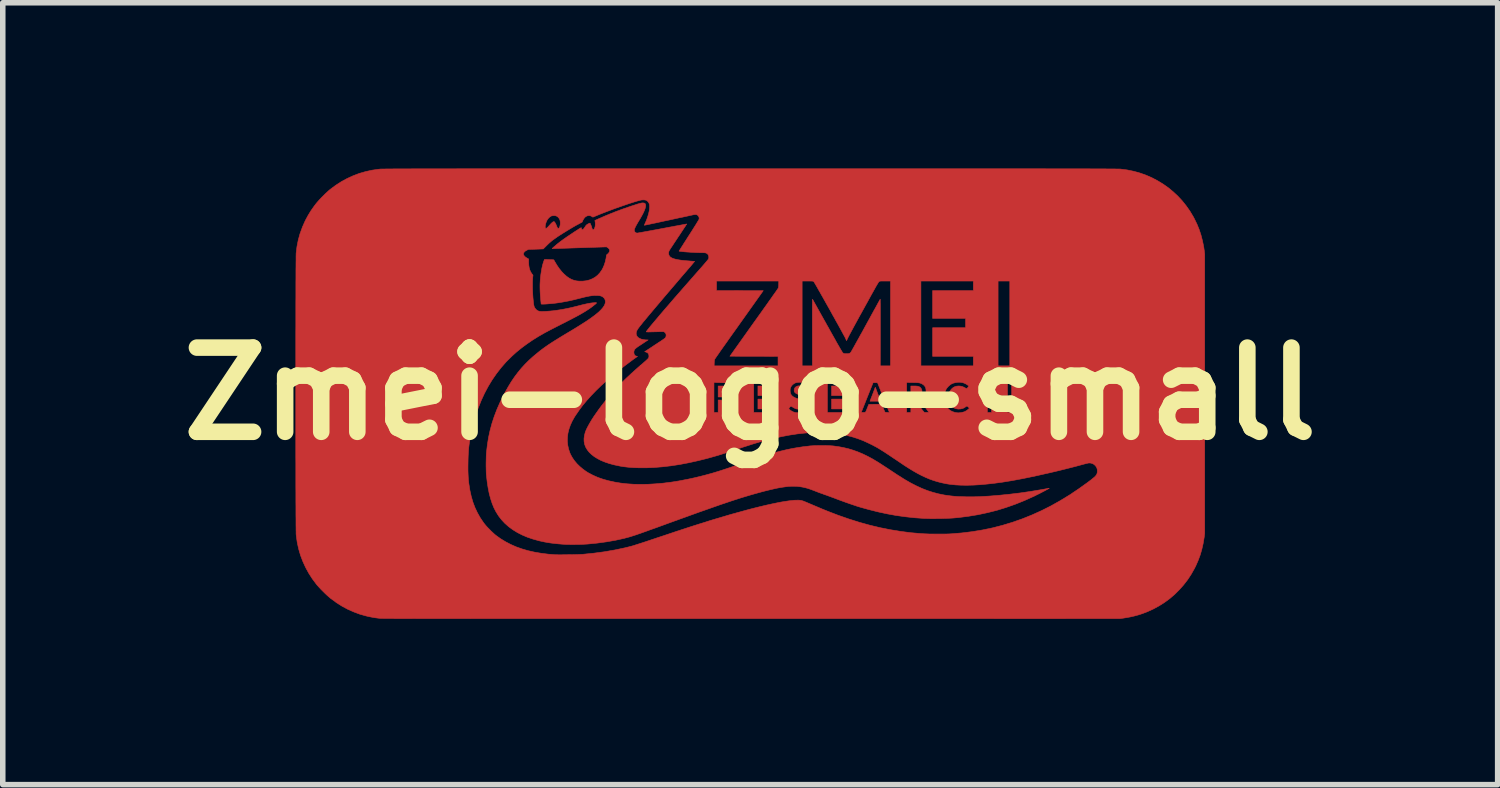
<source format=kicad_pcb>
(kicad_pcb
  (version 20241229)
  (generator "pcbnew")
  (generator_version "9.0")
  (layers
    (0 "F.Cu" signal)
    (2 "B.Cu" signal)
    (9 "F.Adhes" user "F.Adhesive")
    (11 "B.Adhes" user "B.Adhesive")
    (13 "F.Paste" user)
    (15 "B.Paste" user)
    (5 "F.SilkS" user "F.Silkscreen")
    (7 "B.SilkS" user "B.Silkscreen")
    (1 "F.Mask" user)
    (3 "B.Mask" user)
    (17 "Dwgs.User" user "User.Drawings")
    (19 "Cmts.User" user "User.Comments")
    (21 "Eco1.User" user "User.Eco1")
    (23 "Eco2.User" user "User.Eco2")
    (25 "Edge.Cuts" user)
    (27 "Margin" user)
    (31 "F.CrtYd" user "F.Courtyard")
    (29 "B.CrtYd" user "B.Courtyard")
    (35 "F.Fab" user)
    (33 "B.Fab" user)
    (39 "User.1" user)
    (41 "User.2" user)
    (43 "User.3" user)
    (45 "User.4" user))
  (footprint "Zmei-logo-small"
    (layer "F.Cu")
    (at 10.53 4.077)
    (property "Reference" "Zmei-logo-small" (at 0 0 0) (layer "F.SilkS") (effects (font (size 1.524 1.524) (thickness 0.3))))
    (attr through_hole)
    (fp_poly (pts (xy -0.485 -0.139) (xy -0.455 -0.135) (xy -0.43 -0.128) (xy -0.411 -0.118) (xy -0.397 -0.105) (xy -0.388 -0.091) (xy -0.382 -0.074) (xy -0.379 -0.053) (xy -0.379 -0.032) (xy -0.382 -0.012) (xy -0.386 -0.002) (xy -0.4 0.019) (xy -0.419 0.035) (xy -0.443 0.047) (xy -0.473 0.054) (xy -0.51 0.059) (xy -0.538 0.059) (xy -0.58 0.059) (xy -0.58 -0.14) (xy -0.524 -0.14) (xy -0.485 -0.139)) (stroke (width 0.01) (type solid)) (fill yes) (layer "F.Cu"))
    (fp_poly (pts (xy 2.998 -0.139) (xy 3.024 -0.137) (xy 3.044 -0.133) (xy 3.061 -0.126) (xy 3.075 -0.117) (xy 3.084 -0.109) (xy 3.099 -0.088) (xy 3.108 -0.064) (xy 3.109 -0.039) (xy 3.104 -0.014) (xy 3.093 0.009) (xy 3.075 0.029) (xy 3.072 0.031) (xy 3.058 0.041) (xy 3.042 0.048) (xy 3.023 0.053) (xy 2.999 0.056) (xy 2.969 0.058) (xy 2.964 0.058) (xy 2.908 0.06) (xy 2.908 -0.14) (xy 2.965 -0.14) (xy 2.998 -0.139)) (stroke (width 0.01) (type solid)) (fill yes) (layer "F.Cu"))
    (fp_poly (pts (xy 2.269 -0.111) (xy 2.269 -0.108) (xy 2.271 -0.103) (xy 2.275 -0.091) (xy 2.281 -0.073) (xy 2.29 -0.05) (xy 2.3 -0.023) (xy 2.311 0.006) (xy 2.314 0.013) (xy 2.325 0.042) (xy 2.335 0.069) (xy 2.344 0.093) (xy 2.351 0.111) (xy 2.356 0.125) (xy 2.358 0.131) (xy 2.358 0.132) (xy 2.354 0.133) (xy 2.342 0.134) (xy 2.325 0.135) (xy 2.302 0.135) (xy 2.275 0.135) (xy 2.263 0.135) (xy 2.168 0.135) (xy 2.176 0.113) (xy 2.186 0.088) (xy 2.197 0.06) (xy 2.208 0.032) (xy 2.219 0.003) (xy 2.23 -0.025) (xy 2.239 -0.051) (xy 2.248 -0.073) (xy 2.254 -0.091) (xy 2.259 -0.104) (xy 2.261 -0.11) (xy 2.261 -0.11) (xy 2.264 -0.114) (xy 2.265 -0.114) (xy 2.269 -0.111)) (stroke (width 0.01) (type solid)) (fill yes) (layer "F.Cu"))
    (fp_poly (pts (xy -1.938 -3.454) (xy -1.932 -3.453) (xy -1.913 -3.449) (xy -1.901 -3.44) (xy -1.894 -3.425) (xy -1.892 -3.407) (xy -1.894 -3.385) (xy -1.9 -3.359) (xy -1.911 -3.328) (xy -1.926 -3.293) (xy -1.945 -3.254) (xy -1.97 -3.208) (xy -1.999 -3.157) (xy -2.012 -3.136) (xy -2.039 -3.091) (xy -2.061 -3.052) (xy -2.078 -3.02) (xy -2.089 -2.995) (xy -2.095 -2.979) (xy -2.098 -2.959) (xy -2.094 -2.94) (xy -2.083 -2.924) (xy -2.068 -2.913) (xy -2.049 -2.908) (xy -2.046 -2.908) (xy -2.039 -2.909) (xy -2.025 -2.911) (xy -2.003 -2.915) (xy -1.975 -2.92) (xy -1.941 -2.926) (xy -1.901 -2.933) (xy -1.857 -2.941) (xy -1.808 -2.95) (xy -1.755 -2.96) (xy -1.699 -2.97) (xy -1.641 -2.981) (xy -1.589 -2.991) (xy -1.529 -3.002) (xy -1.472 -3.013) (xy -1.417 -3.023) (xy -1.366 -3.033) (xy -1.319 -3.041) (xy -1.277 -3.049) (xy -1.24 -3.056) (xy -1.208 -3.062) (xy -1.183 -3.066) (xy -1.164 -3.07) (xy -1.153 -3.072) (xy -1.149 -3.072) (xy -1.151 -3.069) (xy -1.158 -3.059) (xy -1.168 -3.043) (xy -1.182 -3.021) (xy -1.199 -2.996) (xy -1.219 -2.965) (xy -1.241 -2.932) (xy -1.265 -2.895) (xy -1.291 -2.856) (xy -1.305 -2.836) (xy -1.331 -2.796) (xy -1.357 -2.757) (xy -1.381 -2.721) (xy -1.403 -2.687) (xy -1.423 -2.657) (xy -1.44 -2.632) (xy -1.453 -2.611) (xy -1.463 -2.595) (xy -1.468 -2.586) (xy -1.469 -2.584) (xy -1.476 -2.561) (xy -1.477 -2.536) (xy -1.472 -2.511) (xy -1.468 -2.503) (xy -1.457 -2.486) (xy -1.441 -2.471) (xy -1.419 -2.458) (xy -1.391 -2.446) (xy -1.356 -2.436) (xy -1.315 -2.427) (xy -1.266 -2.419) (xy -1.209 -2.412) (xy -1.196 -2.411) (xy -1.176 -2.409) (xy -1.152 -2.407) (xy -1.126 -2.405) (xy -1.098 -2.403) (xy -1.072 -2.4) (xy -1.047 -2.399) (xy -1.027 -2.397) (xy -1.013 -2.396) (xy -1.007 -2.396) (xy -1.009 -2.393) (xy -1.016 -2.384) (xy -1.027 -2.37) (xy -1.043 -2.351) (xy -1.062 -2.328) (xy -1.084 -2.302) (xy -1.109 -2.273) (xy -1.136 -2.242) (xy -1.144 -2.232) (xy -1.24 -2.121) (xy -1.33 -2.015) (xy -1.415 -1.916) (xy -1.495 -1.822) (xy -1.569 -1.735) (xy -1.638 -1.653) (xy -1.702 -1.578) (xy -1.76 -1.509) (xy -1.813 -1.446) (xy -1.86 -1.39) (xy -1.902 -1.339) (xy -1.939 -1.295) (xy -1.969 -1.257) (xy -1.995 -1.225) (xy -2.015 -1.199) (xy -2.029 -1.18) (xy -2.029 -1.18) (xy -2.049 -1.148) (xy -2.061 -1.119) (xy -2.064 -1.091) (xy -2.061 -1.065) (xy -2.049 -1.04) (xy -2.046 -1.037) (xy -2.029 -1.018) (xy -2.004 -1.002) (xy -1.974 -0.989) (xy -1.939 -0.98) (xy -1.9 -0.975) (xy -1.873 -0.974) (xy -1.848 -0.974) (xy -1.962 -0.898) (xy -1.997 -0.875) (xy -2.025 -0.857) (xy -2.047 -0.841) (xy -2.064 -0.828) (xy -2.077 -0.816) (xy -2.087 -0.807) (xy -2.094 -0.797) (xy -2.098 -0.788) (xy -2.102 -0.778) (xy -2.104 -0.77) (xy -2.106 -0.748) (xy -2.103 -0.726) (xy -2.096 -0.706) (xy -2.09 -0.696) (xy -2.079 -0.687) (xy -2.064 -0.681) (xy -2.06 -0.68) (xy -2.04 -0.675) (xy -2.079 -0.648) (xy -2.097 -0.635) (xy -2.121 -0.618) (xy -2.148 -0.598) (xy -2.179 -0.575) (xy -2.211 -0.551) (xy -2.244 -0.526) (xy -2.277 -0.501) (xy -2.308 -0.477) (xy -2.336 -0.456) (xy -2.358 -0.438) (xy -2.477 -0.341) (xy -2.588 -0.246) (xy -2.692 -0.153) (xy -2.788 -0.06) (xy -2.876 0.031) (xy -2.957 0.121) (xy -3.032 0.211) (xy -3.099 0.301) (xy -3.16 0.39) (xy -3.179 0.419) (xy -3.221 0.493) (xy -3.255 0.567) (xy -3.281 0.641) (xy -3.299 0.714) (xy -3.308 0.787) (xy -3.31 0.859) (xy -3.303 0.93) (xy -3.288 1) (xy -3.265 1.069) (xy -3.251 1.101) (xy -3.22 1.157) (xy -3.182 1.212) (xy -3.137 1.266) (xy -3.085 1.317) (xy -3.028 1.365) (xy -2.967 1.409) (xy -2.928 1.433) (xy -2.846 1.476) (xy -2.758 1.515) (xy -2.663 1.548) (xy -2.562 1.576) (xy -2.456 1.599) (xy -2.344 1.618) (xy -2.227 1.631) (xy -2.105 1.639) (xy -1.978 1.641) (xy -1.848 1.639) (xy -1.713 1.631) (xy -1.574 1.619) (xy -1.431 1.601) (xy -1.286 1.578) (xy -1.138 1.549) (xy -1.13 1.548) (xy -1.019 1.524) (xy -0.909 1.498) (xy -0.801 1.47) (xy -0.692 1.44) (xy -0.582 1.407) (xy -0.47 1.371) (xy -0.353 1.332) (xy -0.231 1.289) (xy -0.161 1.264) (xy -0.027 1.215) (xy 0.101 1.171) (xy 0.222 1.132) (xy 0.339 1.096) (xy 0.45 1.064) (xy 0.558 1.037) (xy 0.662 1.012) (xy 0.764 0.991) (xy 0.864 0.974) (xy 0.962 0.959) (xy 1.059 0.948) (xy 1.079 0.945) (xy 1.115 0.943) (xy 1.156 0.94) (xy 1.201 0.939) (xy 1.25 0.938) (xy 1.299 0.938) (xy 1.348 0.938) (xy 1.394 0.939) (xy 1.437 0.941) (xy 1.475 0.943) (xy 1.502 0.945) (xy 1.597 0.958) (xy 1.688 0.975) (xy 1.777 0.996) (xy 1.863 1.022) (xy 1.949 1.053) (xy 2.035 1.089) (xy 2.122 1.131) (xy 2.212 1.179) (xy 2.304 1.234) (xy 2.344 1.259) (xy 2.361 1.27) (xy 2.384 1.285) (xy 2.412 1.303) (xy 2.444 1.324) (xy 2.478 1.346) (xy 2.514 1.37) (xy 2.549 1.393) (xy 2.565 1.404) (xy 2.602 1.428) (xy 2.639 1.453) (xy 2.676 1.477) (xy 2.712 1.499) (xy 2.745 1.52) (xy 2.773 1.538) (xy 2.797 1.553) (xy 2.804 1.557) (xy 2.908 1.617) (xy 3.01 1.669) (xy 3.11 1.715) (xy 3.21 1.754) (xy 3.31 1.786) (xy 3.412 1.813) (xy 3.516 1.834) (xy 3.624 1.849) (xy 3.691 1.856) (xy 3.728 1.859) (xy 3.772 1.862) (xy 3.821 1.863) (xy 3.874 1.865) (xy 3.928 1.866) (xy 3.984 1.866) (xy 4.038 1.866) (xy 4.089 1.865) (xy 4.136 1.864) (xy 4.153 1.863) (xy 4.329 1.853) (xy 4.511 1.838) (xy 4.698 1.819) (xy 4.888 1.796) (xy 5.08 1.768) (xy 5.272 1.736) (xy 5.368 1.719) (xy 5.386 1.716) (xy 5.401 1.713) (xy 5.41 1.712) (xy 5.413 1.712) (xy 5.41 1.714) (xy 5.401 1.72) (xy 5.385 1.728) (xy 5.365 1.739) (xy 5.341 1.752) (xy 5.315 1.766) (xy 5.286 1.781) (xy 5.257 1.796) (xy 5.228 1.811) (xy 5.199 1.825) (xy 5.173 1.838) (xy 5.15 1.85) (xy 5.135 1.857) (xy 4.969 1.932) (xy 4.802 1.999) (xy 4.635 2.058) (xy 4.467 2.11) (xy 4.296 2.153) (xy 4.123 2.19) (xy 3.947 2.219) (xy 3.767 2.242) (xy 3.677 2.25) (xy 3.645 2.252) (xy 3.607 2.254) (xy 3.563 2.256) (xy 3.515 2.257) (xy 3.463 2.259) (xy 3.41 2.259) (xy 3.357 2.26) (xy 3.306 2.26) (xy 3.256 2.26) (xy 3.211 2.259) (xy 3.171 2.258) (xy 3.141 2.257) (xy 2.973 2.245) (xy 2.807 2.227) (xy 2.642 2.204) (xy 2.477 2.174) (xy 2.31 2.138) (xy 2.14 2.095) (xy 2.032 2.065) (xy 1.979 2.05) (xy 1.921 2.032) (xy 1.859 2.011) (xy 1.792 1.988) (xy 1.718 1.962) (xy 1.638 1.933) (xy 1.576 1.91) (xy 1.535 1.894) (xy 1.494 1.879) (xy 1.453 1.864) (xy 1.415 1.85) (xy 1.38 1.837) (xy 1.35 1.827) (xy 1.325 1.818) (xy 1.316 1.814) (xy 1.284 1.803) (xy 1.248 1.79) (xy 1.212 1.776) (xy 1.178 1.763) (xy 1.163 1.757) (xy 1.118 1.74) (xy 1.079 1.726) (xy 1.044 1.714) (xy 1.011 1.705) (xy 0.978 1.697) (xy 0.945 1.69) (xy 0.908 1.684) (xy 0.895 1.682) (xy 0.848 1.677) (xy 0.8 1.675) (xy 0.748 1.675) (xy 0.694 1.678) (xy 0.636 1.685) (xy 0.573 1.694) (xy 0.504 1.706) (xy 0.43 1.722) (xy 0.348 1.741) (xy 0.32 1.748) (xy 0.263 1.762) (xy 0.206 1.777) (xy 0.148 1.793) (xy 0.09 1.809) (xy 0.03 1.826) (xy -0.031 1.844) (xy -0.095 1.863) (xy -0.161 1.883) (xy -0.229 1.905) (xy -0.301 1.928) (xy -0.377 1.953) (xy -0.456 1.98) (xy -0.54 2.008) (xy -0.628 2.039) (xy -0.722 2.072) (xy -0.821 2.107) (xy -0.927 2.144) (xy -1.038 2.184) (xy -1.156 2.227) (xy -1.282 2.272) (xy -1.414 2.32) (xy -1.431 2.326) (xy -1.52 2.358) (xy -1.601 2.388) (xy -1.675 2.415) (xy -1.742 2.439) (xy -1.804 2.461) (xy -1.859 2.481) (xy -1.909 2.499) (xy -1.954 2.515) (xy -1.995 2.53) (xy -2.031 2.542) (xy -2.064 2.554) (xy -2.094 2.563) (xy -2.121 2.572) (xy -2.146 2.58) (xy -2.168 2.587) (xy -2.189 2.593) (xy -2.21 2.599) (xy -2.229 2.604) (xy -2.248 2.609) (xy -2.268 2.614) (xy -2.273 2.616) (xy -2.435 2.652) (xy -2.601 2.681) (xy -2.77 2.704) (xy -2.94 2.721) (xy -3.029 2.726) (xy -3.055 2.727) (xy -3.087 2.728) (xy -3.123 2.729) (xy -3.161 2.729) (xy -3.2 2.73) (xy -3.237 2.73) (xy -3.272 2.729) (xy -3.302 2.729) (xy -3.326 2.728) (xy -3.334 2.728) (xy -3.411 2.723) (xy -3.482 2.717) (xy -3.546 2.71) (xy -3.607 2.703) (xy -3.665 2.694) (xy -3.721 2.684) (xy -3.778 2.672) (xy -3.826 2.661) (xy -3.933 2.631) (xy -4.034 2.597) (xy -4.128 2.557) (xy -4.216 2.512) (xy -4.297 2.462) (xy -4.372 2.407) (xy -4.44 2.347) (xy -4.501 2.282) (xy -4.555 2.212) (xy -4.602 2.137) (xy -4.603 2.135) (xy -4.639 2.065) (xy -4.671 1.987) (xy -4.699 1.901) (xy -4.724 1.808) (xy -4.744 1.707) (xy -4.761 1.598) (xy -4.774 1.482) (xy -4.776 1.467) (xy -4.778 1.436) (xy -4.779 1.399) (xy -4.78 1.357) (xy -4.781 1.311) (xy -4.781 1.263) (xy -4.78 1.215) (xy -4.779 1.169) (xy -4.778 1.126) (xy -4.776 1.088) (xy -4.774 1.063) (xy -4.758 0.926) (xy -4.737 0.794) (xy -4.709 0.665) (xy -4.675 0.538) (xy -4.634 0.413) (xy -4.586 0.287) (xy -4.531 0.161) (xy -4.491 0.079) (xy -4.436 -0.027) (xy -4.381 -0.125) (xy -4.325 -0.217) (xy -4.267 -0.303) (xy -4.207 -0.383) (xy -4.144 -0.46) (xy -4.077 -0.533) (xy -4.006 -0.604) (xy -3.93 -0.673) (xy -3.848 -0.741) (xy -3.806 -0.775) (xy -3.776 -0.798) (xy -3.746 -0.82) (xy -3.717 -0.841) (xy -3.686 -0.863) (xy -3.654 -0.885) (xy -3.619 -0.908) (xy -3.581 -0.933) (xy -3.54 -0.959) (xy -3.494 -0.987) (xy -3.443 -1.019) (xy -3.387 -1.053) (xy -3.324 -1.091) (xy -3.292 -1.11) (xy -3.215 -1.156) (xy -3.145 -1.199) (xy -3.082 -1.238) (xy -3.024 -1.275) (xy -2.972 -1.308) (xy -2.925 -1.34) (xy -2.883 -1.369) (xy -2.845 -1.397) (xy -2.81 -1.423) (xy -2.778 -1.449) (xy -2.749 -1.473) (xy -2.743 -1.478) (xy -2.703 -1.517) (xy -2.671 -1.553) (xy -2.646 -1.588) (xy -2.63 -1.621) (xy -2.622 -1.652) (xy -2.622 -1.681) (xy -2.63 -1.708) (xy -2.646 -1.733) (xy -2.649 -1.735) (xy -2.669 -1.753) (xy -2.695 -1.767) (xy -2.727 -1.775) (xy -2.765 -1.779) (xy -2.809 -1.779) (xy -2.828 -1.778) (xy -2.849 -1.776) (xy -2.869 -1.774) (xy -2.889 -1.771) (xy -2.91 -1.768) (xy -2.933 -1.763) (xy -2.959 -1.758) (xy -2.987 -1.752) (xy -3.02 -1.744) (xy -3.059 -1.734) (xy -3.103 -1.723) (xy -3.155 -1.71) (xy -3.177 -1.704) (xy -3.225 -1.693) (xy -3.278 -1.681) (xy -3.336 -1.67) (xy -3.396 -1.659) (xy -3.455 -1.649) (xy -3.512 -1.641) (xy -3.564 -1.635) (xy -3.569 -1.634) (xy -3.606 -1.631) (xy -3.642 -1.628) (xy -3.676 -1.625) (xy -3.707 -1.623) (xy -3.734 -1.622) (xy -3.756 -1.622) (xy -3.773 -1.622) (xy -3.782 -1.623) (xy -3.785 -1.625) (xy -3.785 -1.63) (xy -3.786 -1.642) (xy -3.788 -1.659) (xy -3.79 -1.68) (xy -3.791 -1.687) (xy -3.795 -1.734) (xy -3.799 -1.783) (xy -3.802 -1.833) (xy -3.804 -1.882) (xy -3.805 -1.927) (xy -3.805 -1.968) (xy -3.804 -1.992) (xy -3.801 -2.048) (xy -3.796 -2.106) (xy -3.789 -2.164) (xy -3.78 -2.22) (xy -3.771 -2.273) (xy -3.76 -2.322) (xy -3.748 -2.365) (xy -3.736 -2.402) (xy -3.735 -2.403) (xy -3.724 -2.43) (xy -3.701 -2.43) (xy -3.687 -2.43) (xy -3.668 -2.429) (xy -3.645 -2.428) (xy -3.621 -2.427) (xy -3.616 -2.427) (xy -3.556 -2.424) (xy -3.534 -2.386) (xy -3.495 -2.321) (xy -3.454 -2.262) (xy -3.411 -2.209) (xy -3.367 -2.163) (xy -3.365 -2.162) (xy -3.321 -2.123) (xy -3.278 -2.093) (xy -3.234 -2.069) (xy -3.189 -2.053) (xy -3.142 -2.042) (xy -3.097 -2.038) (xy -3.03 -2.038) (xy -2.967 -2.045) (xy -2.909 -2.06) (xy -2.855 -2.082) (xy -2.806 -2.11) (xy -2.761 -2.146) (xy -2.722 -2.188) (xy -2.687 -2.237) (xy -2.669 -2.269) (xy -2.644 -2.326) (xy -2.624 -2.387) (xy -2.61 -2.449) (xy -2.605 -2.485) (xy -2.603 -2.5) (xy -2.601 -2.51) (xy -2.596 -2.517) (xy -2.587 -2.524) (xy -2.586 -2.525) (xy -2.569 -2.54) (xy -2.556 -2.557) (xy -2.547 -2.576) (xy -2.544 -2.591) (xy -2.548 -2.61) (xy -2.56 -2.628) (xy -2.579 -2.644) (xy -2.582 -2.647) (xy -2.601 -2.658) (xy -3.092 -2.642) (xy -3.156 -2.64) (xy -3.218 -2.638) (xy -3.276 -2.636) (xy -3.331 -2.634) (xy -3.382 -2.633) (xy -3.428 -2.631) (xy -3.47 -2.63) (xy -3.506 -2.629) (xy -3.536 -2.628) (xy -3.559 -2.627) (xy -3.575 -2.627) (xy -3.584 -2.627) (xy -3.585 -2.627) (xy -3.583 -2.63) (xy -3.575 -2.638) (xy -3.563 -2.65) (xy -3.546 -2.664) (xy -3.527 -2.68) (xy -3.507 -2.698) (xy -3.485 -2.716) (xy -3.463 -2.733) (xy -3.442 -2.75) (xy -3.427 -2.761) (xy -3.405 -2.777) (xy -3.379 -2.796) (xy -3.35 -2.816) (xy -3.319 -2.838) (xy -3.286 -2.86) (xy -3.253 -2.882) (xy -3.22 -2.904) (xy -3.188 -2.926) (xy -3.158 -2.945) (xy -3.13 -2.963) (xy -3.106 -2.979) (xy -3.086 -2.991) (xy -3.071 -3) (xy -3.061 -3.005) (xy -3.058 -3.006) (xy -3.057 -3.002) (xy -3.056 -2.996) (xy -3.054 -2.985) (xy -3.049 -2.976) (xy -3.042 -2.97) (xy -3.035 -2.969) (xy -3.026 -2.974) (xy -3.016 -2.985) (xy -3.002 -3.002) (xy -2.994 -3.014) (xy -2.982 -3.033) (xy -2.972 -3.046) (xy -2.963 -3.055) (xy -2.954 -3.063) (xy -2.941 -3.07) (xy -2.935 -3.074) (xy -2.92 -3.081) (xy -2.908 -3.086) (xy -2.901 -3.088) (xy -2.9 -3.088) (xy -2.896 -3.081) (xy -2.89 -3.069) (xy -2.883 -3.053) (xy -2.876 -3.035) (xy -2.87 -3.018) (xy -2.866 -3.003) (xy -2.866 -3.002) (xy -2.859 -2.983) (xy -2.851 -2.972) (xy -2.841 -2.969) (xy -2.831 -2.973) (xy -2.822 -2.986) (xy -2.82 -2.99) (xy -2.808 -3.023) (xy -2.804 -3.06) (xy -2.805 -3.1) (xy -2.809 -3.122) (xy -2.812 -3.136) (xy -2.73 -3.173) (xy -2.627 -3.218) (xy -2.523 -3.261) (xy -2.416 -3.303) (xy -2.304 -3.344) (xy -2.186 -3.385) (xy -2.148 -3.398) (xy -2.104 -3.412) (xy -2.067 -3.424) (xy -2.036 -3.434) (xy -2.011 -3.441) (xy -1.99 -3.447) (xy -1.973 -3.451) (xy -1.959 -3.453) (xy -1.948 -3.454) (xy -1.938 -3.454)) (stroke (width 0.01) (type solid)) (fill yes) (layer "F.Cu"))
    (fp_poly (pts (xy 0.291 -4.072) (xy 0.572 -4.072) (xy 0.844 -4.072) (xy 1.109 -4.072) (xy 1.365 -4.072) (xy 1.614 -4.072) (xy 1.855 -4.072) (xy 2.088 -4.072) (xy 2.314 -4.072) (xy 2.532 -4.072) (xy 2.743 -4.072) (xy 2.947 -4.072) (xy 3.144 -4.072) (xy 3.334 -4.072) (xy 3.517 -4.072) (xy 3.694 -4.072) (xy 3.864 -4.072) (xy 4.027 -4.072) (xy 4.185 -4.072) (xy 4.336 -4.072) (xy 4.481 -4.072) (xy 4.62 -4.072) (xy 4.753 -4.072) (xy 4.881 -4.072) (xy 5.003 -4.072) (xy 5.12 -4.072) (xy 5.231 -4.072) (xy 5.337 -4.072) (xy 5.438 -4.071) (xy 5.534 -4.071) (xy 5.626 -4.071) (xy 5.712 -4.071) (xy 5.794 -4.071) (xy 5.871 -4.071) (xy 5.944 -4.071) (xy 6.013 -4.071) (xy 6.078 -4.071) (xy 6.139 -4.071) (xy 6.196 -4.07) (xy 6.249 -4.07) (xy 6.298 -4.07) (xy 6.344 -4.07) (xy 6.386 -4.07) (xy 6.426 -4.07) (xy 6.462 -4.069) (xy 6.495 -4.069) (xy 6.525 -4.069) (xy 6.552 -4.069) (xy 6.577 -4.069) (xy 6.599 -4.069) (xy 6.619 -4.068) (xy 6.636 -4.068) (xy 6.651 -4.068) (xy 6.664 -4.068) (xy 6.676 -4.067) (xy 6.685 -4.067) (xy 6.693 -4.067) (xy 6.699 -4.067) (xy 6.703 -4.066) (xy 6.706 -4.066) (xy 6.824 -4.051) (xy 6.94 -4.027) (xy 7.053 -3.996) (xy 7.163 -3.957) (xy 7.269 -3.911) (xy 7.372 -3.857) (xy 7.471 -3.797) (xy 7.565 -3.731) (xy 7.655 -3.657) (xy 7.74 -3.578) (xy 7.819 -3.493) (xy 7.892 -3.402) (xy 7.96 -3.305) (xy 8.021 -3.203) (xy 8.041 -3.165) (xy 8.088 -3.068) (xy 8.128 -2.97) (xy 8.161 -2.869) (xy 8.188 -2.764) (xy 8.21 -2.655) (xy 8.218 -2.599) (xy 8.227 -2.529) (xy 8.227 2.529) (xy 8.218 2.599) (xy 8.199 2.712) (xy 8.175 2.818) (xy 8.145 2.921) (xy 8.108 3.02) (xy 8.065 3.118) (xy 8.041 3.165) (xy 7.983 3.268) (xy 7.918 3.367) (xy 7.846 3.46) (xy 7.768 3.548) (xy 7.685 3.631) (xy 7.596 3.707) (xy 7.501 3.777) (xy 7.402 3.84) (xy 7.299 3.896) (xy 7.192 3.945) (xy 7.167 3.955) (xy 7.095 3.982) (xy 7.024 4.005) (xy 6.953 4.024) (xy 6.879 4.041) (xy 6.8 4.055) (xy 6.763 4.061) (xy 6.699 4.07) (xy 0.023 4.071) (xy -0.272 4.071) (xy -0.558 4.071) (xy -0.836 4.071) (xy -1.106 4.071) (xy -1.368 4.071) (xy -1.622 4.071) (xy -1.869 4.071) (xy -2.107 4.071) (xy -2.338 4.071) (xy -2.562 4.071) (xy -2.778 4.071) (xy -2.987 4.071) (xy -3.189 4.071) (xy -3.384 4.071) (xy -3.572 4.071) (xy -3.753 4.071) (xy -3.928 4.071) (xy -4.096 4.071) (xy -4.257 4.071) (xy -4.412 4.071) (xy -4.561 4.071) (xy -4.704 4.071) (xy -4.841 4.071) (xy -4.972 4.071) (xy -5.097 4.07) (xy -5.216 4.07) (xy -5.33 4.07) (xy -5.438 4.07) (xy -5.541 4.07) (xy -5.639 4.07) (xy -5.732 4.07) (xy -5.819 4.07) (xy -5.902 4.07) (xy -5.98 4.07) (xy -6.053 4.07) (xy -6.122 4.069) (xy -6.186 4.069) (xy -6.246 4.069) (xy -6.302 4.069) (xy -6.353 4.069) (xy -6.401 4.069) (xy -6.444 4.069) (xy -6.484 4.068) (xy -6.52 4.068) (xy -6.553 4.068) (xy -6.582 4.068) (xy -6.608 4.068) (xy -6.631 4.068) (xy -6.65 4.067) (xy -6.667 4.067) (xy -6.68 4.067) (xy -6.691 4.067) (xy -6.699 4.066) (xy -6.705 4.066) (xy -6.708 4.066) (xy -6.808 4.053) (xy -6.906 4.034) (xy -6.952 4.023) (xy -7.066 3.991) (xy -7.176 3.95) (xy -7.283 3.903) (xy -7.387 3.847) (xy -7.487 3.784) (xy -7.585 3.712) (xy -7.6 3.701) (xy -7.63 3.675) (xy -7.664 3.645) (xy -7.7 3.611) (xy -7.737 3.574) (xy -7.773 3.538) (xy -7.806 3.502) (xy -7.836 3.469) (xy -7.854 3.447) (xy -7.927 3.349) (xy -7.992 3.248) (xy -8.049 3.143) (xy -8.098 3.036) (xy -8.14 2.926) (xy -8.173 2.813) (xy -8.199 2.697) (xy -8.216 2.578) (xy -8.219 2.549) (xy -8.22 2.54) (xy -8.22 2.522) (xy -8.22 2.497) (xy -8.221 2.464) (xy -8.221 2.424) (xy -8.222 2.377) (xy -8.222 2.323) (xy -8.222 2.262) (xy -8.223 2.196) (xy -8.223 2.123) (xy -8.223 2.045) (xy -8.224 1.962) (xy -8.224 1.874) (xy -8.224 1.781) (xy -8.225 1.684) (xy -8.225 1.582) (xy -8.225 1.477) (xy -8.225 1.368) (xy -8.225 1.322) (xy -5.109 1.322) (xy -5.109 1.39) (xy -5.107 1.453) (xy -5.104 1.511) (xy -5.1 1.566) (xy -5.094 1.619) (xy -5.092 1.634) (xy -5.074 1.748) (xy -5.05 1.857) (xy -5.02 1.961) (xy -4.983 2.059) (xy -4.939 2.153) (xy -4.889 2.242) (xy -4.832 2.327) (xy -4.815 2.35) (xy -4.797 2.372) (xy -4.775 2.398) (xy -4.749 2.426) (xy -4.72 2.455) (xy -4.691 2.485) (xy -4.662 2.512) (xy -4.635 2.537) (xy -4.612 2.557) (xy -4.602 2.565) (xy -4.517 2.626) (xy -4.428 2.68) (xy -4.334 2.729) (xy -4.236 2.772) (xy -4.132 2.809) (xy -4.022 2.841) (xy -3.907 2.867) (xy -3.785 2.888) (xy -3.658 2.904) (xy -3.537 2.914) (xy -3.519 2.915) (xy -3.494 2.915) (xy -3.463 2.916) (xy -3.427 2.916) (xy -3.386 2.915) (xy -3.344 2.915) (xy -3.299 2.914) (xy -3.254 2.914) (xy -3.21 2.913) (xy -3.168 2.912) (xy -3.129 2.911) (xy -3.095 2.91) (xy -3.065 2.908) (xy -3.042 2.907) (xy -3.035 2.907) (xy -2.835 2.887) (xy -2.64 2.861) (xy -2.45 2.828) (xy -2.265 2.789) (xy -2.212 2.776) (xy -2.193 2.771) (xy -2.174 2.766) (xy -2.153 2.761) (xy -2.132 2.755) (xy -2.108 2.748) (xy -2.081 2.739) (xy -2.052 2.73) (xy -2.018 2.719) (xy -1.98 2.707) (xy -1.937 2.693) (xy -1.888 2.677) (xy -1.834 2.659) (xy -1.772 2.638) (xy -1.703 2.615) (xy -1.698 2.613) (xy -1.567 2.57) (xy -1.445 2.529) (xy -1.329 2.49) (xy -1.219 2.454) (xy -1.115 2.42) (xy -1.016 2.388) (xy -0.921 2.358) (xy -0.83 2.33) (xy -0.743 2.302) (xy -0.658 2.276) (xy -0.576 2.252) (xy -0.495 2.228) (xy -0.415 2.204) (xy -0.336 2.181) (xy -0.256 2.159) (xy -0.176 2.137) (xy -0.119 2.121) (xy -0.008 2.091) (xy 0.098 2.064) (xy 0.2 2.039) (xy 0.297 2.016) (xy 0.388 1.996) (xy 0.474 1.978) (xy 0.554 1.962) (xy 0.627 1.95) (xy 0.694 1.94) (xy 0.754 1.933) (xy 0.807 1.928) (xy 0.853 1.927) (xy 0.878 1.927) (xy 0.891 1.928) (xy 0.902 1.929) (xy 0.912 1.93) (xy 0.923 1.932) (xy 0.934 1.935) (xy 0.948 1.939) (xy 0.964 1.944) (xy 0.983 1.952) (xy 1.006 1.961) (xy 1.034 1.973) (xy 1.067 1.987) (xy 1.107 2.004) (xy 1.154 2.024) (xy 1.192 2.04) (xy 1.233 2.057) (xy 1.272 2.074) (xy 1.31 2.09) (xy 1.345 2.104) (xy 1.375 2.116) (xy 1.399 2.126) (xy 1.399 2.126) (xy 1.594 2.201) (xy 1.787 2.268) (xy 1.977 2.328) (xy 2.165 2.38) (xy 2.352 2.425) (xy 2.538 2.462) (xy 2.723 2.492) (xy 2.908 2.516) (xy 3.094 2.532) (xy 3.162 2.536) (xy 3.194 2.537) (xy 3.233 2.539) (xy 3.277 2.539) (xy 3.324 2.54) (xy 3.373 2.54) (xy 3.423 2.54) (xy 3.472 2.54) (xy 3.519 2.54) (xy 3.562 2.539) (xy 3.6 2.538) (xy 3.631 2.536) (xy 3.636 2.536) (xy 3.829 2.52) (xy 4.018 2.497) (xy 4.205 2.466) (xy 4.388 2.428) (xy 4.57 2.381) (xy 4.748 2.327) (xy 4.925 2.265) (xy 5.099 2.195) (xy 5.272 2.117) (xy 5.443 2.031) (xy 5.612 1.936) (xy 5.779 1.834) (xy 5.945 1.723) (xy 6.111 1.604) (xy 6.178 1.553) (xy 6.208 1.528) (xy 6.233 1.508) (xy 6.251 1.489) (xy 6.265 1.472) (xy 6.274 1.455) (xy 6.28 1.438) (xy 6.283 1.418) (xy 6.284 1.397) (xy 6.281 1.364) (xy 6.271 1.335) (xy 6.253 1.308) (xy 6.248 1.302) (xy 6.221 1.278) (xy 6.192 1.263) (xy 6.16 1.255) (xy 6.152 1.254) (xy 6.142 1.254) (xy 6.132 1.254) (xy 6.121 1.255) (xy 6.108 1.258) (xy 6.09 1.262) (xy 6.067 1.268) (xy 6.039 1.275) (xy 6.021 1.28) (xy 5.903 1.312) (xy 5.782 1.343) (xy 5.659 1.374) (xy 5.536 1.404) (xy 5.413 1.433) (xy 5.292 1.46) (xy 5.173 1.487) (xy 5.058 1.511) (xy 4.947 1.534) (xy 4.842 1.554) (xy 4.743 1.572) (xy 4.714 1.577) (xy 4.567 1.601) (xy 4.426 1.62) (xy 4.292 1.635) (xy 4.165 1.647) (xy 4.044 1.654) (xy 3.93 1.657) (xy 3.823 1.656) (xy 3.722 1.651) (xy 3.63 1.642) (xy 3.544 1.629) (xy 3.537 1.627) (xy 3.461 1.611) (xy 3.388 1.592) (xy 3.316 1.57) (xy 3.244 1.544) (xy 3.173 1.514) (xy 3.101 1.48) (xy 3.026 1.441) (xy 2.949 1.397) (xy 2.869 1.348) (xy 2.783 1.293) (xy 2.76 1.277) (xy 2.695 1.233) (xy 2.637 1.194) (xy 2.584 1.159) (xy 2.537 1.127) (xy 2.495 1.099) (xy 2.457 1.074) (xy 2.424 1.052) (xy 2.393 1.033) (xy 2.366 1.016) (xy 2.34 1) (xy 2.317 0.986) (xy 2.295 0.973) (xy 2.273 0.961) (xy 2.252 0.95) (xy 2.231 0.939) (xy 2.209 0.927) (xy 2.185 0.915) (xy 2.184 0.915) (xy 2.155 0.901) (xy 2.124 0.886) (xy 2.093 0.872) (xy 2.065 0.859) (xy 2.043 0.849) (xy 1.937 0.809) (xy 1.829 0.776) (xy 1.719 0.748) (xy 1.605 0.727) (xy 1.489 0.712) (xy 1.369 0.703) (xy 1.245 0.7) (xy 1.117 0.703) (xy 0.984 0.713) (xy 0.847 0.728) (xy 0.705 0.75) (xy 0.558 0.778) (xy 0.405 0.812) (xy 0.4 0.813) (xy 0.351 0.825) (xy 0.302 0.837) (xy 0.252 0.851) (xy 0.2 0.865) (xy 0.146 0.881) (xy 0.088 0.898) (xy 0.027 0.917) (xy -0.04 0.939) (xy -0.113 0.962) (xy -0.192 0.988) (xy -0.25 1.008) (xy -0.297 1.023) (xy -0.345 1.039) (xy -0.393 1.055) (xy -0.438 1.07) (xy -0.48 1.083) (xy -0.519 1.096) (xy -0.552 1.106) (xy -0.58 1.115) (xy -0.597 1.12) (xy -0.774 1.17) (xy -0.947 1.213) (xy -1.114 1.25) (xy -1.276 1.281) (xy -1.434 1.305) (xy -1.587 1.323) (xy -1.735 1.335) (xy -1.88 1.341) (xy -2.002 1.341) (xy -2.072 1.339) (xy -2.134 1.336) (xy -2.192 1.332) (xy -2.246 1.326) (xy -2.298 1.32) (xy -2.351 1.311) (xy -2.381 1.305) (xy -2.47 1.286) (xy -2.553 1.263) (xy -2.63 1.237) (xy -2.701 1.208) (xy -2.764 1.175) (xy -2.821 1.14) (xy -2.871 1.101) (xy -2.914 1.06) (xy -2.948 1.017) (xy -2.976 0.971) (xy -2.995 0.923) (xy -2.999 0.908) (xy -3.007 0.862) (xy -3.008 0.812) (xy -3.001 0.759) (xy -2.988 0.706) (xy -2.986 0.699) (xy -2.972 0.662) (xy -2.952 0.619) (xy -2.927 0.572) (xy -2.898 0.521) (xy -2.865 0.466) (xy -2.828 0.409) (xy -2.787 0.35) (xy -2.779 0.339) (xy -0.656 0.339) (xy -0.58 0.339) (xy -0.58 0.114) (xy -0.547 0.114) (xy -0.53 0.115) (xy -0.515 0.117) (xy -0.506 0.119) (xy -0.505 0.12) (xy -0.5 0.124) (xy -0.491 0.135) (xy -0.479 0.151) (xy -0.464 0.17) (xy -0.447 0.193) (xy -0.428 0.219) (xy -0.425 0.222) (xy -0.407 0.248) (xy -0.389 0.272) (xy -0.374 0.293) (xy -0.361 0.31) (xy -0.352 0.322) (xy -0.346 0.329) (xy -0.346 0.329) (xy -0.341 0.334) (xy -0.335 0.336) (xy -0.326 0.338) (xy -0.312 0.339) (xy -0.296 0.339) (xy -0.278 0.338) (xy -0.264 0.338) (xy -0.256 0.337) (xy -0.254 0.336) (xy -0.256 0.332) (xy -0.263 0.323) (xy -0.274 0.308) (xy -0.287 0.289) (xy -0.303 0.268) (xy -0.32 0.245) (xy -0.337 0.221) (xy -0.355 0.197) (xy -0.372 0.174) (xy -0.388 0.153) (xy -0.401 0.135) (xy -0.412 0.122) (xy -0.419 0.113) (xy -0.421 0.11) (xy -0.424 0.107) (xy -0.422 0.103) (xy -0.415 0.099) (xy -0.401 0.092) (xy -0.395 0.089) (xy -0.365 0.071) (xy -0.34 0.05) (xy -0.321 0.025) (xy -0.311 0.003) (xy -0.304 -0.023) (xy -0.303 -0.053) (xy -0.305 -0.082) (xy -0.311 -0.108) (xy -0.314 -0.115) (xy -0.33 -0.141) (xy -0.351 -0.162) (xy -0.378 -0.179) (xy -0.413 -0.193) (xy -0.416 -0.194) (xy -0.426 -0.196) (xy -0.441 -0.198) (xy -0.462 -0.199) (xy -0.488 -0.2) (xy -0.521 -0.201) (xy -0.547 -0.202) (xy -0.608 -0.203) (xy 0.064 -0.203) (xy 0.064 0.339) (xy 0.398 0.339) (xy 0.398 0.275) (xy 0.14 0.275) (xy 0.14 0.272) (xy 0.698 0.272) (xy 0.708 0.283) (xy 0.721 0.294) (xy 0.739 0.307) (xy 0.759 0.319) (xy 0.779 0.329) (xy 0.787 0.332) (xy 0.822 0.341) (xy 0.86 0.344) (xy 0.898 0.343) (xy 0.929 0.338) (xy 0.963 0.325) (xy 0.992 0.306) (xy 1.017 0.281) (xy 1.035 0.251) (xy 1.043 0.229) (xy 1.048 0.203) (xy 1.05 0.175) (xy 1.048 0.148) (xy 1.043 0.124) (xy 1.04 0.116) (xy 1.03 0.099) (xy 1.017 0.083) (xy 1 0.069) (xy 0.978 0.056) (xy 0.95 0.043) (xy 0.915 0.03) (xy 0.905 0.026) (xy 0.877 0.016) (xy 0.855 0.007) (xy 0.839 -0.000207) (xy 0.826 -0.008) (xy 0.817 -0.015) (xy 0.809 -0.023) (xy 0.801 -0.033) (xy 0.797 -0.043) (xy 0.796 -0.055) (xy 0.796 -0.063) (xy 0.799 -0.087) (xy 0.809 -0.107) (xy 0.826 -0.124) (xy 0.829 -0.126) (xy 0.856 -0.139) (xy 0.885 -0.144) (xy 0.916 -0.141) (xy 0.948 -0.13) (xy 0.975 -0.116) (xy 0.992 -0.107) (xy 1.005 -0.104) (xy 1.015 -0.108) (xy 1.024 -0.119) (xy 1.031 -0.131) (xy 1.041 -0.152) (xy 1.028 -0.163) (xy 1.01 -0.176) (xy 0.987 -0.187) (xy 0.962 -0.197) (xy 0.941 -0.203) (xy 1.397 -0.203) (xy 1.397 0.339) (xy 1.731 0.339) (xy 1.731 0.335) (xy 2.012 0.335) (xy 2.015 0.337) (xy 2.023 0.338) (xy 2.036 0.339) (xy 2.046 0.339) (xy 2.065 0.338) (xy 2.077 0.337) (xy 2.084 0.334) (xy 2.088 0.331) (xy 2.092 0.325) (xy 2.098 0.312) (xy 2.106 0.294) (xy 2.114 0.273) (xy 2.12 0.258) (xy 2.146 0.193) (xy 2.264 0.191) (xy 2.382 0.19) (xy 2.408 0.259) (xy 2.417 0.282) (xy 2.426 0.302) (xy 2.433 0.319) (xy 2.439 0.33) (xy 2.442 0.333) (xy 2.448 0.335) (xy 2.459 0.337) (xy 2.473 0.338) (xy 2.489 0.339) (xy 2.503 0.339) (xy 2.514 0.339) (xy 2.515 0.339) (xy 2.832 0.339) (xy 2.908 0.339) (xy 2.908 0.114) (xy 2.941 0.114) (xy 2.963 0.115) (xy 2.978 0.118) (xy 2.983 0.121) (xy 2.988 0.126) (xy 2.997 0.137) (xy 3.009 0.153) (xy 3.025 0.173) (xy 3.042 0.196) (xy 3.061 0.222) (xy 3.068 0.231) (xy 3.089 0.26) (xy 3.108 0.285) (xy 3.125 0.306) (xy 3.138 0.322) (xy 3.147 0.333) (xy 3.152 0.337) (xy 3.152 0.337) (xy 3.16 0.338) (xy 3.174 0.338) (xy 3.191 0.338) (xy 3.197 0.338) (xy 3.235 0.337) (xy 3.16 0.235) (xy 3.141 0.208) (xy 3.122 0.183) (xy 3.105 0.161) (xy 3.091 0.142) (xy 3.08 0.127) (xy 3.074 0.119) (xy 3.073 0.117) (xy 3.066 0.108) (xy 3.063 0.103) (xy 3.066 0.1) (xy 3.068 0.099) (xy 3.095 0.088) (xy 3.12 0.073) (xy 3.141 0.056) (xy 3.147 0.05) (xy 3.148 0.049) (xy 3.512 0.049) (xy 3.512 0.097) (xy 3.513 0.11) (xy 3.523 0.159) (xy 3.539 0.203) (xy 3.561 0.242) (xy 3.589 0.276) (xy 3.621 0.303) (xy 3.659 0.323) (xy 3.702 0.337) (xy 3.733 0.343) (xy 3.747 0.344) (xy 3.758 0.346) (xy 3.763 0.347) (xy 3.763 0.347) (xy 3.768 0.346) (xy 3.78 0.345) (xy 3.795 0.344) (xy 3.804 0.343) (xy 3.846 0.336) (xy 3.883 0.324) (xy 3.916 0.306) (xy 3.947 0.282) (xy 3.95 0.279) (xy 3.968 0.262) (xy 3.95 0.243) (xy 3.939 0.233) (xy 3.929 0.226) (xy 3.923 0.224) (xy 3.916 0.227) (xy 3.905 0.233) (xy 3.896 0.24) (xy 3.873 0.255) (xy 3.849 0.266) (xy 3.822 0.273) (xy 3.807 0.276) (xy 3.766 0.278) (xy 3.728 0.272) (xy 3.693 0.259) (xy 3.662 0.239) (xy 3.635 0.212) (xy 3.623 0.195) (xy 3.61 0.171) (xy 3.6 0.145) (xy 3.595 0.117) (xy 3.592 0.083) (xy 3.592 0.068) (xy 3.594 0.028) (xy 3.599 -0.006) (xy 3.609 -0.035) (xy 3.625 -0.062) (xy 3.644 -0.085) (xy 3.672 -0.11) (xy 3.703 -0.127) (xy 3.738 -0.137) (xy 3.776 -0.14) (xy 3.81 -0.137) (xy 3.842 -0.129) (xy 3.874 -0.115) (xy 3.883 -0.109) (xy 3.898 -0.102) (xy 3.91 -0.096) (xy 3.918 -0.094) (xy 3.919 -0.094) (xy 3.925 -0.098) (xy 3.934 -0.107) (xy 3.942 -0.116) (xy 3.958 -0.138) (xy 3.943 -0.151) (xy 3.924 -0.165) (xy 3.9 -0.179) (xy 3.873 -0.191) (xy 3.848 -0.2) (xy 3.843 -0.201) (xy 3.828 -0.203) (xy 4.293 -0.203) (xy 4.293 0.339) (xy 4.369 0.339) (xy 4.369 0.093) (xy 4.657 0.093) (xy 4.657 0.339) (xy 4.733 0.339) (xy 4.733 -0.203) (xy 4.657 -0.203) (xy 4.657 0.038) (xy 4.369 0.038) (xy 4.369 -0.203) (xy 4.293 -0.203) (xy 3.828 -0.203) (xy 3.803 -0.207) (xy 3.76 -0.207) (xy 3.716 -0.201) (xy 3.676 -0.191) (xy 3.644 -0.177) (xy 3.622 -0.163) (xy 3.598 -0.143) (xy 3.576 -0.121) (xy 3.558 -0.098) (xy 3.549 -0.085) (xy 3.53 -0.044) (xy 3.518 0.001) (xy 3.512 0.049) (xy 3.148 0.049) (xy 3.166 0.025) (xy 3.178 -0.003) (xy 3.183 -0.036) (xy 3.183 -0.05) (xy 3.181 -0.086) (xy 3.172 -0.117) (xy 3.156 -0.142) (xy 3.134 -0.163) (xy 3.105 -0.181) (xy 3.073 -0.193) (xy 3.064 -0.195) (xy 3.053 -0.197) (xy 3.039 -0.199) (xy 3.02 -0.2) (xy 2.997 -0.201) (xy 2.966 -0.202) (xy 2.941 -0.202) (xy 2.832 -0.204) (xy 2.832 0.339) (xy 2.515 0.339) (xy 2.519 0.338) (xy 2.519 0.338) (xy 2.517 0.334) (xy 2.513 0.322) (xy 2.506 0.305) (xy 2.496 0.281) (xy 2.485 0.252) (xy 2.471 0.218) (xy 2.456 0.18) (xy 2.44 0.139) (xy 2.422 0.095) (xy 2.411 0.068) (xy 2.304 -0.201) (xy 2.225 -0.201) (xy 2.12 0.061) (xy 2.102 0.106) (xy 2.085 0.149) (xy 2.069 0.189) (xy 2.055 0.225) (xy 2.042 0.257) (xy 2.031 0.284) (xy 2.023 0.306) (xy 2.016 0.321) (xy 2.013 0.33) (xy 2.013 0.331) (xy 2.012 0.335) (xy 1.731 0.335) (xy 1.731 0.275) (xy 1.473 0.275) (xy 1.473 0.097) (xy 1.685 0.097) (xy 1.685 0.034) (xy 1.473 0.034) (xy 1.473 -0.14) (xy 1.731 -0.14) (xy 1.731 -0.203) (xy 1.397 -0.203) (xy 0.941 -0.203) (xy 0.94 -0.204) (xy 0.916 -0.207) (xy 0.888 -0.207) (xy 0.859 -0.205) (xy 0.833 -0.2) (xy 0.816 -0.195) (xy 0.788 -0.18) (xy 0.763 -0.159) (xy 0.743 -0.134) (xy 0.735 -0.118) (xy 0.728 -0.101) (xy 0.724 -0.086) (xy 0.723 -0.067) (xy 0.723 -0.059) (xy 0.725 -0.029) (xy 0.731 -0.003) (xy 0.742 0.02) (xy 0.759 0.039) (xy 0.782 0.057) (xy 0.812 0.073) (xy 0.849 0.087) (xy 0.878 0.097) (xy 0.911 0.108) (xy 0.938 0.121) (xy 0.957 0.135) (xy 0.968 0.146) (xy 0.975 0.165) (xy 0.977 0.188) (xy 0.974 0.211) (xy 0.965 0.233) (xy 0.952 0.25) (xy 0.93 0.266) (xy 0.904 0.276) (xy 0.875 0.28) (xy 0.844 0.277) (xy 0.813 0.267) (xy 0.782 0.251) (xy 0.771 0.244) (xy 0.754 0.233) (xy 0.74 0.228) (xy 0.728 0.231) (xy 0.718 0.241) (xy 0.711 0.25) (xy 0.698 0.272) (xy 0.14 0.272) (xy 0.14 0.097) (xy 0.347 0.097) (xy 0.347 0.034) (xy 0.14 0.034) (xy 0.14 -0.14) (xy 0.398 -0.14) (xy 0.398 -0.203) (xy 0.064 -0.203) (xy -0.608 -0.203) (xy -0.656 -0.204) (xy -0.656 0.339) (xy -2.779 0.339) (xy -2.744 0.289) (xy -2.698 0.227) (xy -2.651 0.166) (xy -2.602 0.105) (xy -2.552 0.045) (xy -2.541 0.032) (xy -2.47 -0.048) (xy -2.397 -0.126) (xy -2.321 -0.205) (xy -2.241 -0.283) (xy -2.155 -0.363) (xy -2.064 -0.445) (xy -1.997 -0.504) (xy -0.653 -0.504) (xy 0.504 -0.504) (xy 0.504 -0.677) (xy 0.068 -0.678) (xy -0.367 -0.679) (xy 0.064 -1.285) (xy 0.11 -1.349) (xy 0.155 -1.412) (xy 0.198 -1.472) (xy 0.239 -1.53) (xy 0.279 -1.586) (xy 0.316 -1.638) (xy 0.35 -1.687) (xy 0.382 -1.731) (xy 0.41 -1.772) (xy 0.436 -1.808) (xy 0.458 -1.839) (xy 0.476 -1.865) (xy 0.49 -1.885) (xy 0.499 -1.899) (xy 0.504 -1.906) (xy 0.505 -1.907) (xy 0.509 -1.915) (xy 0.512 -1.924) (xy 0.513 -1.936) (xy 0.515 -1.953) (xy 0.516 -1.975) (xy 0.516 -1.982) (xy 0.517 -2.04) (xy 0.94 -2.04) (xy 0.94 -0.504) (xy 1.126 -0.504) (xy 1.125 -1.111) (xy 1.125 -1.198) (xy 1.125 -1.278) (xy 1.125 -1.349) (xy 1.125 -1.413) (xy 1.125 -1.47) (xy 1.125 -1.519) (xy 1.125 -1.563) (xy 1.125 -1.6) (xy 1.126 -1.631) (xy 1.126 -1.656) (xy 1.126 -1.676) (xy 1.127 -1.691) (xy 1.127 -1.701) (xy 1.128 -1.707) (xy 1.129 -1.709) (xy 1.129 -1.709) (xy 1.132 -1.704) (xy 1.138 -1.692) (xy 1.148 -1.674) (xy 1.162 -1.65) (xy 1.178 -1.62) (xy 1.198 -1.585) (xy 1.22 -1.545) (xy 1.245 -1.501) (xy 1.271 -1.454) (xy 1.3 -1.402) (xy 1.33 -1.348) (xy 1.362 -1.292) (xy 1.394 -1.233) (xy 1.399 -1.226) (xy 1.439 -1.154) (xy 1.475 -1.089) (xy 1.508 -1.031) (xy 1.537 -0.979) (xy 1.562 -0.933) (xy 1.585 -0.893) (xy 1.605 -0.859) (xy 1.621 -0.83) (xy 1.636 -0.805) (xy 1.648 -0.785) (xy 1.658 -0.769) (xy 1.665 -0.756) (xy 1.671 -0.747) (xy 1.676 -0.742) (xy 1.679 -0.739) (xy 1.686 -0.733) (xy 1.694 -0.729) (xy 1.703 -0.727) (xy 1.717 -0.725) (xy 1.735 -0.725) (xy 1.763 -0.724) (xy 1.784 -0.727) (xy 1.8 -0.732) (xy 1.812 -0.74) (xy 1.819 -0.746) (xy 1.822 -0.752) (xy 1.83 -0.764) (xy 1.841 -0.783) (xy 1.855 -0.808) (xy 1.872 -0.838) (xy 1.892 -0.874) (xy 1.914 -0.914) (xy 1.939 -0.959) (xy 1.966 -1.007) (xy 1.994 -1.059) (xy 2.025 -1.113) (xy 2.056 -1.17) (xy 2.088 -1.229) (xy 2.091 -1.234) (xy 2.123 -1.293) (xy 2.154 -1.349) (xy 2.184 -1.404) (xy 2.212 -1.455) (xy 2.238 -1.503) (xy 2.263 -1.547) (xy 2.285 -1.587) (xy 2.304 -1.622) (xy 2.32 -1.652) (xy 2.334 -1.676) (xy 2.344 -1.694) (xy 2.35 -1.706) (xy 2.353 -1.711) (xy 2.353 -1.711) (xy 2.354 -1.707) (xy 2.354 -1.696) (xy 2.354 -1.676) (xy 2.354 -1.65) (xy 2.355 -1.617) (xy 2.355 -1.578) (xy 2.355 -1.533) (xy 2.355 -1.483) (xy 2.355 -1.429) (xy 2.355 -1.37) (xy 2.355 -1.307) (xy 2.355 -1.241) (xy 2.355 -1.173) (xy 2.355 -1.109) (xy 2.354 -0.504) (xy 2.54 -0.504) (xy 2.54 -2.04) (xy 3.09 -2.04) (xy 3.09 -0.504) (xy 4.039 -0.504) (xy 4.039 -0.677) (xy 3.302 -0.677) (xy 3.302 -1.194) (xy 3.899 -1.194) (xy 3.899 -1.363) (xy 3.302 -1.363) (xy 3.302 -1.867) (xy 4.039 -1.867) (xy 4.039 -2.04) (xy 4.487 -2.04) (xy 4.487 -0.504) (xy 4.699 -0.504) (xy 4.699 -2.04) (xy 4.487 -2.04) (xy 4.039 -2.04) (xy 3.09 -2.04) (xy 2.54 -2.04) (xy 2.446 -2.04) (xy 2.414 -2.04) (xy 2.39 -2.04) (xy 2.372 -2.04) (xy 2.359 -2.039) (xy 2.349 -2.037) (xy 2.342 -2.035) (xy 2.337 -2.033) (xy 2.335 -2.032) (xy 2.332 -2.029) (xy 2.328 -2.025) (xy 2.324 -2.019) (xy 2.318 -2.011) (xy 2.312 -2) (xy 2.303 -1.986) (xy 2.293 -1.969) (xy 2.281 -1.949) (xy 2.267 -1.924) (xy 2.251 -1.895) (xy 2.232 -1.861) (xy 2.21 -1.822) (xy 2.185 -1.777) (xy 2.157 -1.726) (xy 2.126 -1.669) (xy 2.091 -1.606) (xy 2.052 -1.535) (xy 2.05 -1.532) (xy 2.017 -1.472) (xy 1.984 -1.413) (xy 1.953 -1.356) (xy 1.923 -1.301) (xy 1.895 -1.25) (xy 1.869 -1.202) (xy 1.845 -1.157) (xy 1.824 -1.118) (xy 1.805 -1.083) (xy 1.789 -1.053) (xy 1.777 -1.03) (xy 1.768 -1.012) (xy 1.763 -1.002) (xy 1.762 -1) (xy 1.755 -0.984) (xy 1.749 -0.971) (xy 1.745 -0.963) (xy 1.744 -0.961) (xy 1.742 -0.965) (xy 1.737 -0.975) (xy 1.731 -0.989) (xy 1.726 -1.001) (xy 1.722 -1.01) (xy 1.714 -1.025) (xy 1.703 -1.046) (xy 1.688 -1.072) (xy 1.671 -1.104) (xy 1.651 -1.141) (xy 1.629 -1.181) (xy 1.605 -1.225) (xy 1.579 -1.272) (xy 1.551 -1.321) (xy 1.523 -1.373) (xy 1.493 -1.425) (xy 1.464 -1.479) (xy 1.434 -1.533) (xy 1.404 -1.586) (xy 1.374 -1.639) (xy 1.345 -1.691) (xy 1.317 -1.741) (xy 1.29 -1.788) (xy 1.265 -1.833) (xy 1.241 -1.874) (xy 1.22 -1.912) (xy 1.201 -1.945) (xy 1.185 -1.973) (xy 1.172 -1.995) (xy 1.162 -2.011) (xy 1.156 -2.021) (xy 1.154 -2.024) (xy 1.143 -2.033) (xy 1.13 -2.038) (xy 1.13 -2.038) (xy 1.122 -2.039) (xy 1.107 -2.039) (xy 1.086 -2.04) (xy 1.061 -2.04) (xy 1.034 -2.04) (xy 1.028 -2.04) (xy 0.94 -2.04) (xy 0.517 -2.04) (xy -0.61 -2.04) (xy -0.61 -1.867) (xy -0.187 -1.866) (xy 0.236 -1.865) (xy -0.199 -1.253) (xy -0.245 -1.188) (xy -0.29 -1.125) (xy -0.333 -1.065) (xy -0.375 -1.006) (xy -0.414 -0.95) (xy -0.451 -0.898) (xy -0.486 -0.849) (xy -0.518 -0.804) (xy -0.547 -0.763) (xy -0.572 -0.726) (xy -0.594 -0.695) (xy -0.612 -0.669) (xy -0.626 -0.648) (xy -0.636 -0.634) (xy -0.641 -0.626) (xy -0.642 -0.624) (xy -0.646 -0.611) (xy -0.649 -0.591) (xy -0.651 -0.564) (xy -0.651 -0.556) (xy -0.653 -0.504) (xy -1.997 -0.504) (xy -1.966 -0.53) (xy -1.96 -0.535) (xy -1.934 -0.558) (xy -1.909 -0.58) (xy -1.887 -0.599) (xy -1.869 -0.616) (xy -1.855 -0.63) (xy -1.845 -0.639) (xy -1.843 -0.643) (xy -1.835 -0.66) (xy -1.833 -0.681) (xy -1.833 -0.681) (xy -1.836 -0.707) (xy -1.846 -0.728) (xy -1.863 -0.744) (xy -1.886 -0.754) (xy -1.891 -0.756) (xy -1.91 -0.761) (xy -1.775 -0.849) (xy -1.729 -0.88) (xy -1.689 -0.906) (xy -1.655 -0.929) (xy -1.626 -0.947) (xy -1.603 -0.963) (xy -1.584 -0.976) (xy -1.569 -0.986) (xy -1.557 -0.995) (xy -1.548 -1.001) (xy -1.542 -1.007) (xy -1.537 -1.011) (xy -1.534 -1.014) (xy -1.532 -1.018) (xy -1.531 -1.02) (xy -1.524 -1.038) (xy -1.522 -1.059) (xy -1.525 -1.08) (xy -1.529 -1.091) (xy -1.538 -1.102) (xy -1.549 -1.113) (xy -1.55 -1.114) (xy -1.554 -1.117) (xy -1.558 -1.119) (xy -1.562 -1.121) (xy -1.568 -1.122) (xy -1.576 -1.123) (xy -1.587 -1.123) (xy -1.602 -1.123) (xy -1.621 -1.123) (xy -1.646 -1.123) (xy -1.677 -1.122) (xy -1.715 -1.121) (xy -1.759 -1.12) (xy -1.797 -1.119) (xy -1.827 -1.118) (xy -1.85 -1.118) (xy -1.866 -1.119) (xy -1.876 -1.119) (xy -1.881 -1.121) (xy -1.881 -1.121) (xy -1.88 -1.126) (xy -1.872 -1.137) (xy -1.86 -1.154) (xy -1.842 -1.176) (xy -1.82 -1.204) (xy -1.792 -1.238) (xy -1.76 -1.276) (xy -1.724 -1.319) (xy -1.683 -1.367) (xy -1.639 -1.42) (xy -1.59 -1.477) (xy -1.538 -1.538) (xy -1.482 -1.602) (xy -1.423 -1.671) (xy -1.361 -1.743) (xy -1.295 -1.818) (xy -1.227 -1.896) (xy -1.156 -1.977) (xy -1.082 -2.061) (xy -1.007 -2.147) (xy -0.932 -2.232) (xy -0.901 -2.267) (xy -0.872 -2.3) (xy -0.845 -2.331) (xy -0.821 -2.359) (xy -0.8 -2.384) (xy -0.782 -2.405) (xy -0.769 -2.421) (xy -0.76 -2.432) (xy -0.756 -2.437) (xy -0.75 -2.457) (xy -0.75 -2.479) (xy -0.755 -2.502) (xy -0.763 -2.518) (xy -0.775 -2.532) (xy -0.789 -2.542) (xy -0.808 -2.549) (xy -0.832 -2.552) (xy -0.855 -2.553) (xy -0.888 -2.553) (xy -0.925 -2.554) (xy -0.963 -2.555) (xy -1.003 -2.557) (xy -1.043 -2.559) (xy -1.084 -2.561) (xy -1.123 -2.564) (xy -1.159 -2.566) (xy -1.193 -2.569) (xy -1.223 -2.572) (xy -1.248 -2.575) (xy -1.268 -2.577) (xy -1.281 -2.58) (xy -1.287 -2.582) (xy -1.287 -2.583) (xy -1.285 -2.587) (xy -1.278 -2.597) (xy -1.268 -2.614) (xy -1.254 -2.636) (xy -1.237 -2.663) (xy -1.217 -2.694) (xy -1.195 -2.73) (xy -1.17 -2.768) (xy -1.144 -2.809) (xy -1.116 -2.853) (xy -1.108 -2.865) (xy -1.08 -2.909) (xy -1.053 -2.951) (xy -1.028 -2.991) (xy -1.004 -3.029) (xy -0.983 -3.062) (xy -0.965 -3.092) (xy -0.95 -3.117) (xy -0.938 -3.136) (xy -0.93 -3.15) (xy -0.926 -3.158) (xy -0.926 -3.158) (xy -0.924 -3.181) (xy -0.93 -3.203) (xy -0.942 -3.221) (xy -0.956 -3.234) (xy -0.97 -3.241) (xy -0.988 -3.244) (xy -1.01 -3.242) (xy -1.031 -3.239) (xy -1.04 -3.237) (xy -1.057 -3.233) (xy -1.082 -3.228) (xy -1.112 -3.221) (xy -1.149 -3.213) (xy -1.19 -3.204) (xy -1.236 -3.194) (xy -1.286 -3.184) (xy -1.34 -3.172) (xy -1.396 -3.16) (xy -1.454 -3.147) (xy -1.492 -3.139) (xy -1.55 -3.127) (xy -1.606 -3.115) (xy -1.659 -3.103) (xy -1.709 -3.092) (xy -1.755 -3.083) (xy -1.796 -3.074) (xy -1.832 -3.066) (xy -1.862 -3.06) (xy -1.886 -3.055) (xy -1.904 -3.052) (xy -1.914 -3.05) (xy -1.916 -3.049) (xy -1.915 -3.053) (xy -1.911 -3.064) (xy -1.905 -3.079) (xy -1.897 -3.097) (xy -1.896 -3.099) (xy -1.873 -3.153) (xy -1.855 -3.206) (xy -1.84 -3.256) (xy -1.829 -3.304) (xy -1.823 -3.348) (xy -1.821 -3.387) (xy -1.823 -3.42) (xy -1.827 -3.437) (xy -1.838 -3.46) (xy -1.854 -3.481) (xy -1.873 -3.496) (xy -1.887 -3.503) (xy -1.91 -3.508) (xy -1.938 -3.509) (xy -1.968 -3.507) (xy -1.989 -3.503) (xy -2.019 -3.495) (xy -2.055 -3.485) (xy -2.098 -3.472) (xy -2.145 -3.457) (xy -2.198 -3.44) (xy -2.253 -3.421) (xy -2.311 -3.401) (xy -2.371 -3.38) (xy -2.431 -3.359) (xy -2.491 -3.337) (xy -2.55 -3.315) (xy -2.607 -3.293) (xy -2.662 -3.272) (xy -2.713 -3.252) (xy -2.752 -3.236) (xy -2.848 -3.196) (xy -2.864 -3.207) (xy -2.89 -3.22) (xy -2.916 -3.225) (xy -2.942 -3.222) (xy -2.967 -3.212) (xy -2.99 -3.195) (xy -3.01 -3.171) (xy -3.028 -3.14) (xy -3.031 -3.132) (xy -3.042 -3.107) (xy -3.114 -3.068) (xy -3.157 -3.045) (xy -3.204 -3.018) (xy -3.253 -2.989) (xy -3.303 -2.959) (xy -3.353 -2.928) (xy -3.403 -2.897) (xy -3.45 -2.867) (xy -3.494 -2.838) (xy -3.533 -2.81) (xy -3.567 -2.786) (xy -3.59 -2.769) (xy -3.608 -2.753) (xy -3.631 -2.734) (xy -3.654 -2.712) (xy -3.677 -2.69) (xy -3.69 -2.677) (xy -3.746 -2.621) (xy -3.88 -2.616) (xy -4.014 -2.612) (xy -4.041 -2.599) (xy -4.07 -2.583) (xy -4.09 -2.565) (xy -4.101 -2.547) (xy -4.105 -2.529) (xy -4.1 -2.51) (xy -4.086 -2.49) (xy -4.065 -2.471) (xy -4.035 -2.452) (xy -4.033 -2.451) (xy -4.011 -2.439) (xy -4.011 -2.38) (xy -4.008 -2.328) (xy -4.001 -2.282) (xy -3.99 -2.242) (xy -3.974 -2.206) (xy -3.954 -2.174) (xy -3.953 -2.173) (xy -3.932 -2.146) (xy -3.937 -2.098) (xy -3.939 -2.065) (xy -3.941 -2.026) (xy -3.941 -1.983) (xy -3.941 -1.937) (xy -3.94 -1.89) (xy -3.938 -1.842) (xy -3.936 -1.794) (xy -3.933 -1.748) (xy -3.929 -1.704) (xy -3.925 -1.664) (xy -3.921 -1.629) (xy -3.916 -1.6) (xy -3.911 -1.578) (xy -3.909 -1.574) (xy -3.899 -1.554) (xy -3.884 -1.534) (xy -3.866 -1.516) (xy -3.848 -1.504) (xy -3.847 -1.503) (xy -3.833 -1.497) (xy -3.818 -1.493) (xy -3.801 -1.49) (xy -3.781 -1.489) (xy -3.756 -1.489) (xy -3.724 -1.49) (xy -3.711 -1.49) (xy -3.637 -1.495) (xy -3.564 -1.502) (xy -3.49 -1.512) (xy -3.413 -1.524) (xy -3.333 -1.539) (xy -3.248 -1.557) (xy -3.157 -1.579) (xy -3.09 -1.596) (xy -3.041 -1.609) (xy -2.998 -1.619) (xy -2.961 -1.627) (xy -2.929 -1.634) (xy -2.899 -1.639) (xy -2.872 -1.643) (xy -2.844 -1.646) (xy -2.839 -1.646) (xy -2.815 -1.648) (xy -2.798 -1.649) (xy -2.787 -1.648) (xy -2.782 -1.645) (xy -2.781 -1.643) (xy -2.785 -1.639) (xy -2.793 -1.63) (xy -2.807 -1.618) (xy -2.824 -1.605) (xy -2.843 -1.589) (xy -2.863 -1.574) (xy -2.883 -1.559) (xy -2.893 -1.552) (xy -2.919 -1.534) (xy -2.946 -1.516) (xy -2.974 -1.498) (xy -3.003 -1.48) (xy -3.034 -1.462) (xy -3.068 -1.442) (xy -3.105 -1.421) (xy -3.146 -1.399) (xy -3.192 -1.375) (xy -3.243 -1.348) (xy -3.3 -1.319) (xy -3.363 -1.286) (xy -3.412 -1.262) (xy -3.456 -1.239) (xy -3.5 -1.217) (xy -3.542 -1.195) (xy -3.582 -1.175) (xy -3.618 -1.156) (xy -3.651 -1.139) (xy -3.678 -1.124) (xy -3.7 -1.113) (xy -3.715 -1.105) (xy -3.832 -1.038) (xy -3.941 -0.97) (xy -4.043 -0.9) (xy -4.138 -0.83) (xy -4.228 -0.757) (xy -4.312 -0.681) (xy -4.392 -0.602) (xy -4.419 -0.575) (xy -4.509 -0.472) (xy -4.593 -0.364) (xy -4.671 -0.251) (xy -4.743 -0.132) (xy -4.809 -0.008) (xy -4.869 0.122) (xy -4.923 0.258) (xy -4.971 0.399) (xy -5.013 0.547) (xy -5.049 0.701) (xy -5.065 0.78) (xy -5.074 0.832) (xy -5.083 0.881) (xy -5.089 0.928) (xy -5.095 0.975) (xy -5.099 1.022) (xy -5.102 1.072) (xy -5.105 1.125) (xy -5.107 1.184) (xy -5.108 1.247) (xy -5.109 1.322) (xy -8.225 1.322) (xy -8.225 1.256) (xy -8.226 1.141) (xy -8.226 1.023) (xy -8.226 0.903) (xy -8.226 0.781) (xy -8.226 0.657) (xy -8.226 0.532) (xy -8.226 0.405) (xy -8.226 0.278) (xy -8.226 0.15) (xy -8.226 0.021) (xy -8.226 -0.107) (xy -8.226 -0.236) (xy -8.226 -0.363) (xy -8.226 -0.49) (xy -8.226 -0.616) (xy -8.226 -0.741) (xy -8.226 -0.863) (xy -8.226 -0.984) (xy -8.226 -1.102) (xy -8.225 -1.218) (xy -8.225 -1.331) (xy -8.225 -1.441) (xy -8.225 -1.548) (xy -8.225 -1.651) (xy -8.224 -1.749) (xy -8.224 -1.844) (xy -8.224 -1.933) (xy -8.224 -2.018) (xy -8.223 -2.098) (xy -8.223 -2.172) (xy -8.223 -2.241) (xy -8.222 -2.303) (xy -8.222 -2.36) (xy -8.221 -2.409) (xy -8.221 -2.452) (xy -8.221 -2.487) (xy -8.22 -2.515) (xy -8.22 -2.535) (xy -8.219 -2.547) (xy -8.219 -2.549) (xy -8.204 -2.667) (xy -8.181 -2.782) (xy -8.15 -2.895) (xy -8.11 -3.005) (xy -8.102 -3.025) (xy -3.711 -3.025) (xy -3.71 -3.009) (xy -3.708 -3.001) (xy -3.703 -2.995) (xy -3.697 -2.993) (xy -3.688 -2.996) (xy -3.677 -3.004) (xy -3.662 -3.018) (xy -3.643 -3.039) (xy -3.637 -3.045) (xy -3.614 -3.071) (xy -3.595 -3.09) (xy -3.58 -3.103) (xy -3.568 -3.111) (xy -3.558 -3.115) (xy -3.554 -3.116) (xy -3.545 -3.113) (xy -3.537 -3.103) (xy -3.527 -3.087) (xy -3.515 -3.063) (xy -3.507 -3.044) (xy -3.499 -3.023) (xy -3.492 -3.009) (xy -3.487 -3) (xy -3.483 -2.995) (xy -3.478 -2.993) (xy -3.473 -2.993) (xy -3.463 -2.997) (xy -3.454 -3.008) (xy -3.447 -3.024) (xy -3.442 -3.045) (xy -3.438 -3.068) (xy -3.438 -3.092) (xy -3.439 -3.116) (xy -3.443 -3.139) (xy -3.446 -3.148) (xy -3.46 -3.175) (xy -3.479 -3.197) (xy -3.502 -3.214) (xy -3.503 -3.214) (xy -3.522 -3.221) (xy -3.546 -3.224) (xy -3.57 -3.223) (xy -3.593 -3.219) (xy -3.606 -3.214) (xy -3.635 -3.194) (xy -3.661 -3.166) (xy -3.682 -3.133) (xy -3.697 -3.095) (xy -3.704 -3.07) (xy -3.709 -3.046) (xy -3.711 -3.025) (xy -8.102 -3.025) (xy -8.063 -3.114) (xy -8.048 -3.145) (xy -8.001 -3.232) (xy -7.95 -3.315) (xy -7.892 -3.397) (xy -7.854 -3.447) (xy -7.828 -3.477) (xy -7.798 -3.511) (xy -7.764 -3.547) (xy -7.727 -3.584) (xy -7.691 -3.62) (xy -7.655 -3.653) (xy -7.622 -3.683) (xy -7.6 -3.701) (xy -7.502 -3.774) (xy -7.401 -3.839) (xy -7.296 -3.896) (xy -7.189 -3.945) (xy -7.079 -3.987) (xy -6.965 -4.02) (xy -6.849 -4.046) (xy -6.731 -4.063) (xy -6.702 -4.066) (xy -6.698 -4.066) (xy -6.694 -4.067) (xy -6.687 -4.067) (xy -6.679 -4.067) (xy -6.669 -4.067) (xy -6.657 -4.068) (xy -6.644 -4.068) (xy -6.628 -4.068) (xy -6.61 -4.068) (xy -6.589 -4.069) (xy -6.567 -4.069) (xy -6.541 -4.069) (xy -6.513 -4.069) (xy -6.482 -4.069) (xy -6.448 -4.07) (xy -6.411 -4.07) (xy -6.37 -4.07) (xy -6.327 -4.07) (xy -6.28 -4.07) (xy -6.229 -4.07) (xy -6.175 -4.07) (xy -6.117 -4.071) (xy -6.055 -4.071) (xy -5.989 -4.071) (xy -5.919 -4.071) (xy -5.844 -4.071) (xy -5.765 -4.071) (xy -5.682 -4.071) (xy -5.594 -4.071) (xy -5.501 -4.071) (xy -5.403 -4.071) (xy -5.3 -4.072) (xy -5.192 -4.072) (xy -5.079 -4.072) (xy -4.961 -4.072) (xy -4.837 -4.072) (xy -4.707 -4.072) (xy -4.572 -4.072) (xy -4.43 -4.072) (xy -4.283 -4.072) (xy -4.13 -4.072) (xy -3.971 -4.072) (xy -3.805 -4.072) (xy -3.632 -4.072) (xy -3.454 -4.072) (xy -3.268 -4.072) (xy -3.076 -4.072) (xy -2.876 -4.072) (xy -2.67 -4.072) (xy -2.456 -4.072) (xy -2.236 -4.072) (xy -2.007 -4.072) (xy -1.771 -4.072) (xy -1.528 -4.072) (xy -1.277 -4.072) (xy -1.018 -4.072) (xy -0.75 -4.072) (xy -0.475 -4.072) (xy -0.191 -4.072) (xy 0.002 -4.072) (xy 0.291 -4.072)) (stroke (width 0.01) (type solid)) (fill yes) (layer "F.Cu")))
  (gr_rect
    (start -3 -3)
    (end 24.06 11.153)
    (stroke (width 0.1) (type default))
    (fill no)
    (layer "Edge.Cuts")))
</source>
